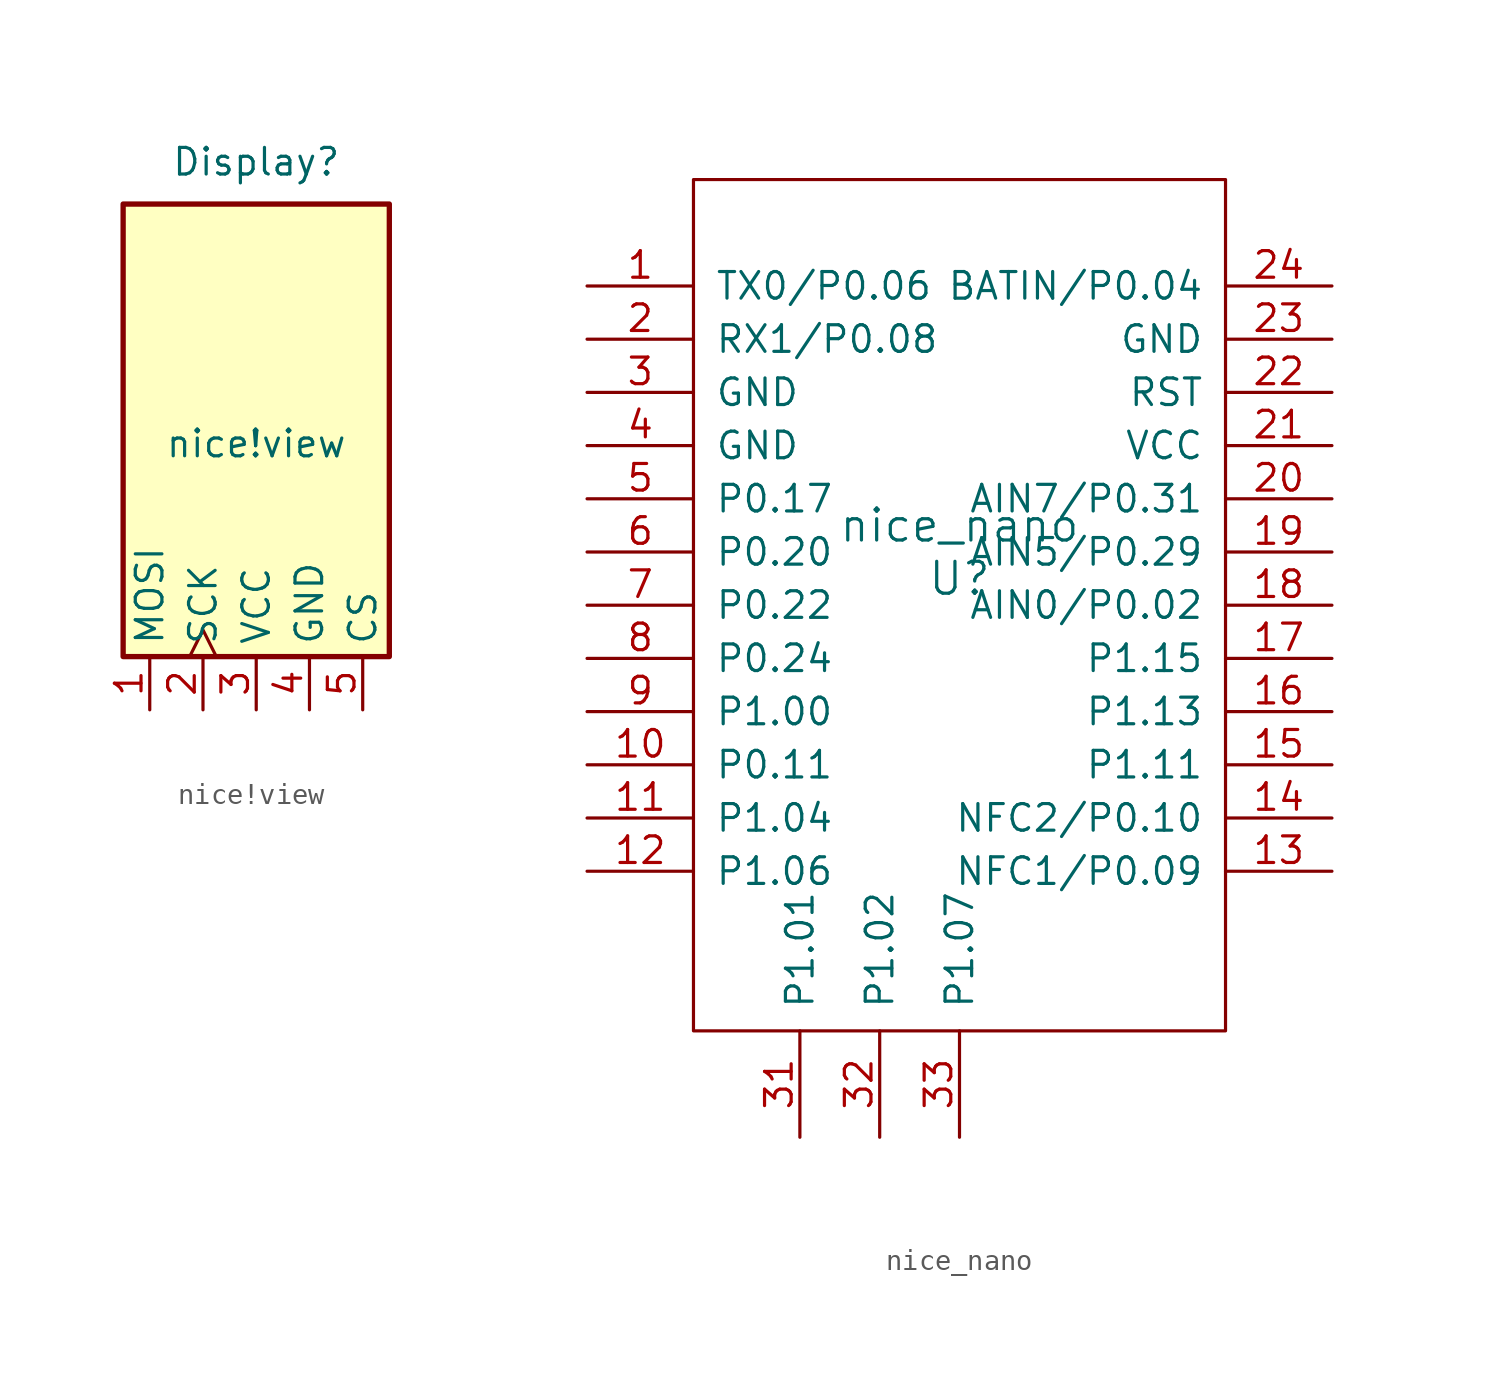
<source format=kicad_sym>
(kicad_symbol_lib
  (version 20220914)
  (generator kicad_symbol_editor)
  (symbol "nice!view"
    (property "Reference" "Display"
      (at 0 12.7 0)
      (effects (font (size 1.27 1.27)) (justify bottom)))
    (property "Value" "nice!view"
      (at 0 0 0)
      (effects (font (size 1.27 1.27))))
    (symbol "nice!view_0_1"
      (rectangle (start -6.35 11.43) (end 6.35 -10.16) (stroke (width 0.254) (type default)) (fill (type background))))
    (symbol "nice!view_1_1"
      (pin input line (at -5.08 -12.7 90) (length 2.54) (name "MOSI" (effects (font (size 1.27 1.27)))) (number "1" (effects (font (size 1.27 1.27)))))
      (pin input clock (at -2.54 -12.7 90) (length 2.54) (name "SCK" (effects (font (size 1.27 1.27)))) (number "2" (effects (font (size 1.27 1.27)))))
      (pin power_in line (at 0 -12.7 90) (length 2.54) (name "VCC" (effects (font (size 1.27 1.27)))) (number "3" (effects (font (size 1.27 1.27)))))
      (pin power_out line (at 2.54 -12.7 90) (length 2.54) (name "GND" (effects (font (size 1.27 1.27)))) (number "4" (effects (font (size 1.27 1.27)))))
      (pin passive line (at 5.08 -12.7 90) (length 2.54) (name "CS" (effects (font (size 1.27 1.27)))) (number "5" (effects (font (size 1.27 1.27)))))))
  (symbol "nice_nano"
    (pin_names
      (offset 1.016))
    (property "Reference" "U"
      (at 0 0 0)
      (effects (font (size 1.524 1.524))))
    (property "Value" "nice_nano"
      (at 0 2.54 0)
      (effects (font (size 1.524 1.524))))
    (symbol "nice_nano_0_1"
      (rectangle (start -12.7 -21.59) (end 12.7 19.05) (stroke (width 0) (type default)) (fill (type none))))
    (symbol "nice_nano_1_1"
      (pin input line (at -17.78 13.97 0) (length 5.08) (name "TX0/P0.06" (effects (font (size 1.27 1.27)))) (number "1" (effects (font (size 1.27 1.27)))))
      (pin input line (at -17.78 -8.89 0) (length 5.08) (name "P0.11" (effects (font (size 1.27 1.27)))) (number "10" (effects (font (size 1.27 1.27)))))
      (pin input line (at -17.78 -11.43 0) (length 5.08) (name "P1.04" (effects (font (size 1.27 1.27)))) (number "11" (effects (font (size 1.27 1.27)))))
      (pin input line (at -17.78 -13.97 0) (length 5.08) (name "P1.06" (effects (font (size 1.27 1.27)))) (number "12" (effects (font (size 1.27 1.27)))))
      (pin input line (at 17.78 -13.97 180) (length 5.08) (name "NFC1/P0.09" (effects (font (size 1.27 1.27)))) (number "13" (effects (font (size 1.27 1.27)))))
      (pin input line (at 17.78 -11.43 180) (length 5.08) (name "NFC2/P0.10" (effects (font (size 1.27 1.27)))) (number "14" (effects (font (size 1.27 1.27)))))
      (pin input line (at 17.78 -8.89 180) (length 5.08) (name "P1.11" (effects (font (size 1.27 1.27)))) (number "15" (effects (font (size 1.27 1.27)))))
      (pin input line (at 17.78 -6.35 180) (length 5.08) (name "P1.13" (effects (font (size 1.27 1.27)))) (number "16" (effects (font (size 1.27 1.27)))))
      (pin input line (at 17.78 -3.81 180) (length 5.08) (name "P1.15" (effects (font (size 1.27 1.27)))) (number "17" (effects (font (size 1.27 1.27)))))
      (pin input line (at 17.78 -1.27 180) (length 5.08) (name "AIN0/P0.02" (effects (font (size 1.27 1.27)))) (number "18" (effects (font (size 1.27 1.27)))))
      (pin input line (at 17.78 1.27 180) (length 5.08) (name "AIN5/P0.29" (effects (font (size 1.27 1.27)))) (number "19" (effects (font (size 1.27 1.27)))))
      (pin input line (at -17.78 11.43 0) (length 5.08) (name "RX1/P0.08" (effects (font (size 1.27 1.27)))) (number "2" (effects (font (size 1.27 1.27)))))
      (pin input line (at 17.78 3.81 180) (length 5.08) (name "AIN7/P0.31" (effects (font (size 1.27 1.27)))) (number "20" (effects (font (size 1.27 1.27)))))
      (pin input line (at 17.78 6.35 180) (length 5.08) (name "VCC" (effects (font (size 1.27 1.27)))) (number "21" (effects (font (size 1.27 1.27)))))
      (pin input line (at 17.78 8.89 180) (length 5.08) (name "RST" (effects (font (size 1.27 1.27)))) (number "22" (effects (font (size 1.27 1.27)))))
      (pin input line (at 17.78 11.43 180) (length 5.08) (name "GND" (effects (font (size 1.27 1.27)))) (number "23" (effects (font (size 1.27 1.27)))))
      (pin input line (at 17.78 13.97 180) (length 5.08) (name "BATIN/P0.04" (effects (font (size 1.27 1.27)))) (number "24" (effects (font (size 1.27 1.27)))))
      (pin input line (at -17.78 8.89 0) (length 5.08) (name "GND" (effects (font (size 1.27 1.27)))) (number "3" (effects (font (size 1.27 1.27)))))
      (pin input line (at -7.62 -26.67 90) (length 5.08) (name "P1.01" (effects (font (size 1.27 1.27)))) (number "31" (effects (font (size 1.27 1.27)))))
      (pin input line (at -3.81 -26.67 90) (length 5.08) (name "P1.02" (effects (font (size 1.27 1.27)))) (number "32" (effects (font (size 1.27 1.27)))))
      (pin input line (at 0 -26.67 90) (length 5.08) (name "P1.07" (effects (font (size 1.27 1.27)))) (number "33" (effects (font (size 1.27 1.27)))))
      (pin input line (at -17.78 6.35 0) (length 5.08) (name "GND" (effects (font (size 1.27 1.27)))) (number "4" (effects (font (size 1.27 1.27)))))
      (pin input line (at -17.78 3.81 0) (length 5.08) (name "P0.17" (effects (font (size 1.27 1.27)))) (number "5" (effects (font (size 1.27 1.27)))))
      (pin input line (at -17.78 1.27 0) (length 5.08) (name "P0.20" (effects (font (size 1.27 1.27)))) (number "6" (effects (font (size 1.27 1.27)))))
      (pin input line (at -17.78 -1.27 0) (length 5.08) (name "P0.22" (effects (font (size 1.27 1.27)))) (number "7" (effects (font (size 1.27 1.27)))))
      (pin input line (at -17.78 -3.81 0) (length 5.08) (name "P0.24" (effects (font (size 1.27 1.27)))) (number "8" (effects (font (size 1.27 1.27)))))
      (pin input line (at -17.78 -6.35 0) (length 5.08) (name "P1.00" (effects (font (size 1.27 1.27)))) (number "9" (effects (font (size 1.27 1.27))))))))
</source>
